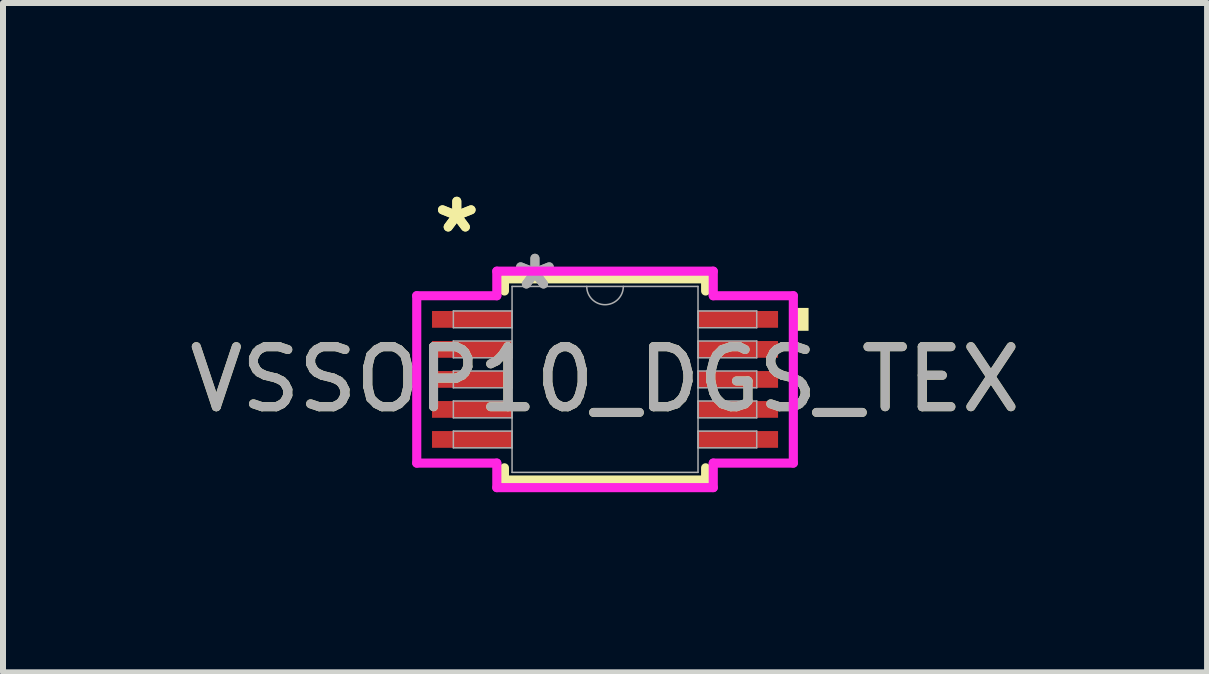
<source format=kicad_pcb>
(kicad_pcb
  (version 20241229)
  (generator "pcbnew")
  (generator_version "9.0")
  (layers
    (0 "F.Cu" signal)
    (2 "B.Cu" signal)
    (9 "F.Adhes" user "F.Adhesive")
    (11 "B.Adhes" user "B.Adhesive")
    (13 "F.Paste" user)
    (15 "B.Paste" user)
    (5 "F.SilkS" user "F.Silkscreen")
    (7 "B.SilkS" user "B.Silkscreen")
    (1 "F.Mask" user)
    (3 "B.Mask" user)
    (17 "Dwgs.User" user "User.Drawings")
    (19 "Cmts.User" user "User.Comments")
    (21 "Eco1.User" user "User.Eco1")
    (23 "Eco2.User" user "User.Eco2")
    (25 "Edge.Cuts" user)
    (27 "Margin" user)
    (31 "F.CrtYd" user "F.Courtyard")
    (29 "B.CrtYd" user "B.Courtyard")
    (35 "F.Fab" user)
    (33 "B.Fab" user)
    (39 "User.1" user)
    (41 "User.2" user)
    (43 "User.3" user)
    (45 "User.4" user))
  (footprint "VSSOP10_DGS_TEX"
    (layer "F.Cu")
    (at 7.03 3.271)
    (property "Reference" "VSSOP10_DGS_TEX" (at 0 0 0) (unlocked yes) (layer "F.SilkS") (effects (font (size 1 1) (thickness 0.15))))
    (attr smd)
    (fp_line (start -1.676 -1.676) (end -1.676 -1.473) (stroke (width 0.152) (type solid)) (layer "F.SilkS"))
    (fp_line (start -1.676 1.473) (end -1.676 1.676) (stroke (width 0.152) (type solid)) (layer "F.SilkS"))
    (fp_line (start -1.676 1.676) (end 1.676 1.676) (stroke (width 0.152) (type solid)) (layer "F.SilkS"))
    (fp_line (start 1.676 -1.676) (end -1.676 -1.676) (stroke (width 0.152) (type solid)) (layer "F.SilkS"))
    (fp_line (start 1.676 -1.473) (end 1.676 -1.676) (stroke (width 0.152) (type solid)) (layer "F.SilkS"))
    (fp_line (start 1.676 1.676) (end 1.676 1.473) (stroke (width 0.152) (type solid)) (layer "F.SilkS"))
    (fp_poly (pts (xy 3.391 -1.191) (xy 3.391 -0.81) (xy 3.137 -0.81) (xy 3.137 -1.191)) (stroke (width 0) (type solid)) (fill yes) (layer "F.SilkS"))
    (fp_line (start -3.137 -1.394) (end -1.803 -1.394) (stroke (width 0.152) (type solid)) (layer "F.CrtYd"))
    (fp_line (start -3.137 1.394) (end -3.137 -1.394) (stroke (width 0.152) (type solid)) (layer "F.CrtYd"))
    (fp_line (start -3.137 1.394) (end -1.803 1.394) (stroke (width 0.152) (type solid)) (layer "F.CrtYd"))
    (fp_line (start -1.803 -1.803) (end 1.803 -1.803) (stroke (width 0.152) (type solid)) (layer "F.CrtYd"))
    (fp_line (start -1.803 -1.394) (end -1.803 -1.803) (stroke (width 0.152) (type solid)) (layer "F.CrtYd"))
    (fp_line (start -1.803 1.803) (end -1.803 1.394) (stroke (width 0.152) (type solid)) (layer "F.CrtYd"))
    (fp_line (start 1.803 -1.803) (end 1.803 -1.394) (stroke (width 0.152) (type solid)) (layer "F.CrtYd"))
    (fp_line (start 1.803 1.394) (end 1.803 1.803) (stroke (width 0.152) (type solid)) (layer "F.CrtYd"))
    (fp_line (start 1.803 1.803) (end -1.803 1.803) (stroke (width 0.152) (type solid)) (layer "F.CrtYd"))
    (fp_line (start 3.137 -1.394) (end 1.803 -1.394) (stroke (width 0.152) (type solid)) (layer "F.CrtYd"))
    (fp_line (start 3.137 -1.394) (end 3.137 1.394) (stroke (width 0.152) (type solid)) (layer "F.CrtYd"))
    (fp_line (start 3.137 1.394) (end 1.803 1.394) (stroke (width 0.152) (type solid)) (layer "F.CrtYd"))
    (fp_line (start -2.527 -1.14) (end -2.527 -0.861) (stroke (width 0.025) (type solid)) (layer "F.Fab"))
    (fp_line (start -2.527 -0.861) (end -1.549 -0.861) (stroke (width 0.025) (type solid)) (layer "F.Fab"))
    (fp_line (start -2.527 -0.64) (end -2.527 -0.36) (stroke (width 0.025) (type solid)) (layer "F.Fab"))
    (fp_line (start -2.527 -0.36) (end -1.549 -0.36) (stroke (width 0.025) (type solid)) (layer "F.Fab"))
    (fp_line (start -2.527 -0.14) (end -2.527 0.14) (stroke (width 0.025) (type solid)) (layer "F.Fab"))
    (fp_line (start -2.527 0.14) (end -1.549 0.14) (stroke (width 0.025) (type solid)) (layer "F.Fab"))
    (fp_line (start -2.527 0.36) (end -2.527 0.64) (stroke (width 0.025) (type solid)) (layer "F.Fab"))
    (fp_line (start -2.527 0.64) (end -1.549 0.64) (stroke (width 0.025) (type solid)) (layer "F.Fab"))
    (fp_line (start -2.527 0.861) (end -2.527 1.14) (stroke (width 0.025) (type solid)) (layer "F.Fab"))
    (fp_line (start -2.527 1.14) (end -1.549 1.14) (stroke (width 0.025) (type solid)) (layer "F.Fab"))
    (fp_line (start -1.549 -1.549) (end -1.549 1.549) (stroke (width 0.025) (type solid)) (layer "F.Fab"))
    (fp_line (start -1.549 -1.14) (end -2.527 -1.14) (stroke (width 0.025) (type solid)) (layer "F.Fab"))
    (fp_line (start -1.549 -0.861) (end -1.549 -1.14) (stroke (width 0.025) (type solid)) (layer "F.Fab"))
    (fp_line (start -1.549 -0.64) (end -2.527 -0.64) (stroke (width 0.025) (type solid)) (layer "F.Fab"))
    (fp_line (start -1.549 -0.36) (end -1.549 -0.64) (stroke (width 0.025) (type solid)) (layer "F.Fab"))
    (fp_line (start -1.549 -0.14) (end -2.527 -0.14) (stroke (width 0.025) (type solid)) (layer "F.Fab"))
    (fp_line (start -1.549 0.14) (end -1.549 -0.14) (stroke (width 0.025) (type solid)) (layer "F.Fab"))
    (fp_line (start -1.549 0.36) (end -2.527 0.36) (stroke (width 0.025) (type solid)) (layer "F.Fab"))
    (fp_line (start -1.549 0.64) (end -1.549 0.36) (stroke (width 0.025) (type solid)) (layer "F.Fab"))
    (fp_line (start -1.549 0.861) (end -2.527 0.861) (stroke (width 0.025) (type solid)) (layer "F.Fab"))
    (fp_line (start -1.549 1.14) (end -1.549 0.861) (stroke (width 0.025) (type solid)) (layer "F.Fab"))
    (fp_line (start -1.549 1.549) (end 1.549 1.549) (stroke (width 0.025) (type solid)) (layer "F.Fab"))
    (fp_line (start 1.549 -1.549) (end -1.549 -1.549) (stroke (width 0.025) (type solid)) (layer "F.Fab"))
    (fp_line (start 1.549 -1.14) (end 1.549 -0.861) (stroke (width 0.025) (type solid)) (layer "F.Fab"))
    (fp_line (start 1.549 -0.861) (end 2.527 -0.861) (stroke (width 0.025) (type solid)) (layer "F.Fab"))
    (fp_line (start 1.549 -0.64) (end 1.549 -0.36) (stroke (width 0.025) (type solid)) (layer "F.Fab"))
    (fp_line (start 1.549 -0.36) (end 2.527 -0.36) (stroke (width 0.025) (type solid)) (layer "F.Fab"))
    (fp_line (start 1.549 -0.14) (end 1.549 0.14) (stroke (width 0.025) (type solid)) (layer "F.Fab"))
    (fp_line (start 1.549 0.14) (end 2.527 0.14) (stroke (width 0.025) (type solid)) (layer "F.Fab"))
    (fp_line (start 1.549 0.36) (end 1.549 0.64) (stroke (width 0.025) (type solid)) (layer "F.Fab"))
    (fp_line (start 1.549 0.64) (end 2.527 0.64) (stroke (width 0.025) (type solid)) (layer "F.Fab"))
    (fp_line (start 1.549 0.861) (end 1.549 1.14) (stroke (width 0.025) (type solid)) (layer "F.Fab"))
    (fp_line (start 1.549 1.14) (end 2.527 1.14) (stroke (width 0.025) (type solid)) (layer "F.Fab"))
    (fp_line (start 1.549 1.549) (end 1.549 -1.549) (stroke (width 0.025) (type solid)) (layer "F.Fab"))
    (fp_line (start 2.527 -1.14) (end 1.549 -1.14) (stroke (width 0.025) (type solid)) (layer "F.Fab"))
    (fp_line (start 2.527 -0.861) (end 2.527 -1.14) (stroke (width 0.025) (type solid)) (layer "F.Fab"))
    (fp_line (start 2.527 -0.64) (end 1.549 -0.64) (stroke (width 0.025) (type solid)) (layer "F.Fab"))
    (fp_line (start 2.527 -0.36) (end 2.527 -0.64) (stroke (width 0.025) (type solid)) (layer "F.Fab"))
    (fp_line (start 2.527 -0.14) (end 1.549 -0.14) (stroke (width 0.025) (type solid)) (layer "F.Fab"))
    (fp_line (start 2.527 0.14) (end 2.527 -0.14) (stroke (width 0.025) (type solid)) (layer "F.Fab"))
    (fp_line (start 2.527 0.36) (end 1.549 0.36) (stroke (width 0.025) (type solid)) (layer "F.Fab"))
    (fp_line (start 2.527 0.64) (end 2.527 0.36) (stroke (width 0.025) (type solid)) (layer "F.Fab"))
    (fp_line (start 2.527 0.861) (end 1.549 0.861) (stroke (width 0.025) (type solid)) (layer "F.Fab"))
    (fp_line (start 2.527 1.14) (end 2.527 0.861) (stroke (width 0.025) (type solid)) (layer "F.Fab"))
    (fp_arc (start 0.3048 -1.5494) (mid 0 -1.2446) (end -0.3048 -1.5494) (stroke (width 0.0254) (type solid)) (layer "F.Fab"))
    (fp_text user "*" (at -2.47 -2.423 0) (layer "F.SilkS") (effects (font (size 1 1) (thickness 0.15))))
    (fp_text user "*" (at -2.47 -2.423 0) (unlocked yes) (layer "F.SilkS") (effects (font (size 1 1) (thickness 0.15))))
    (fp_text user "*" (at -1.168 -1.473 0) (unlocked yes) (layer "F.Fab") (effects (font (size 1 1) (thickness 0.15))))
    (fp_text user "*" (at -1.168 -1.473 0) (layer "F.Fab") (effects (font (size 1 1) (thickness 0.15))))
    (fp_text user "${REFERENCE}" (at 0 0 0) (unlocked yes) (layer "F.Fab") (effects (font (size 1 1) (thickness 0.15))))
    (pad "1" smd rect (at -2.216 -1) (size 1.333 0.279) (layers "F.Cu" "F.Mask" "F.Paste"))
    (pad "2" smd rect (at -2.216 -0.5) (size 1.333 0.279) (layers "F.Cu" "F.Mask" "F.Paste"))
    (pad "3" smd rect (at -2.216 0) (size 1.333 0.279) (layers "F.Cu" "F.Mask" "F.Paste"))
    (pad "4" smd rect (at -2.216 0.5) (size 1.333 0.279) (layers "F.Cu" "F.Mask" "F.Paste"))
    (pad "5" smd rect (at -2.216 1) (size 1.333 0.279) (layers "F.Cu" "F.Mask" "F.Paste"))
    (pad "6" smd rect (at 2.216 1) (size 1.333 0.279) (layers "F.Cu" "F.Mask" "F.Paste"))
    (pad "7" smd rect (at 2.216 0.5) (size 1.333 0.279) (layers "F.Cu" "F.Mask" "F.Paste"))
    (pad "8" smd rect (at 2.216 0) (size 1.333 0.279) (layers "F.Cu" "F.Mask" "F.Paste"))
    (pad "9" smd rect (at 2.216 -0.5) (size 1.333 0.279) (layers "F.Cu" "F.Mask" "F.Paste"))
    (pad "10" smd rect (at 2.216 -1) (size 1.333 0.279) (layers "F.Cu" "F.Mask" "F.Paste")))
  (gr_rect
    (start -3 -3)
    (end 17.06 8.151)
    (stroke (width 0.1) (type default))
    (fill no)
    (layer "Edge.Cuts")))
</source>
